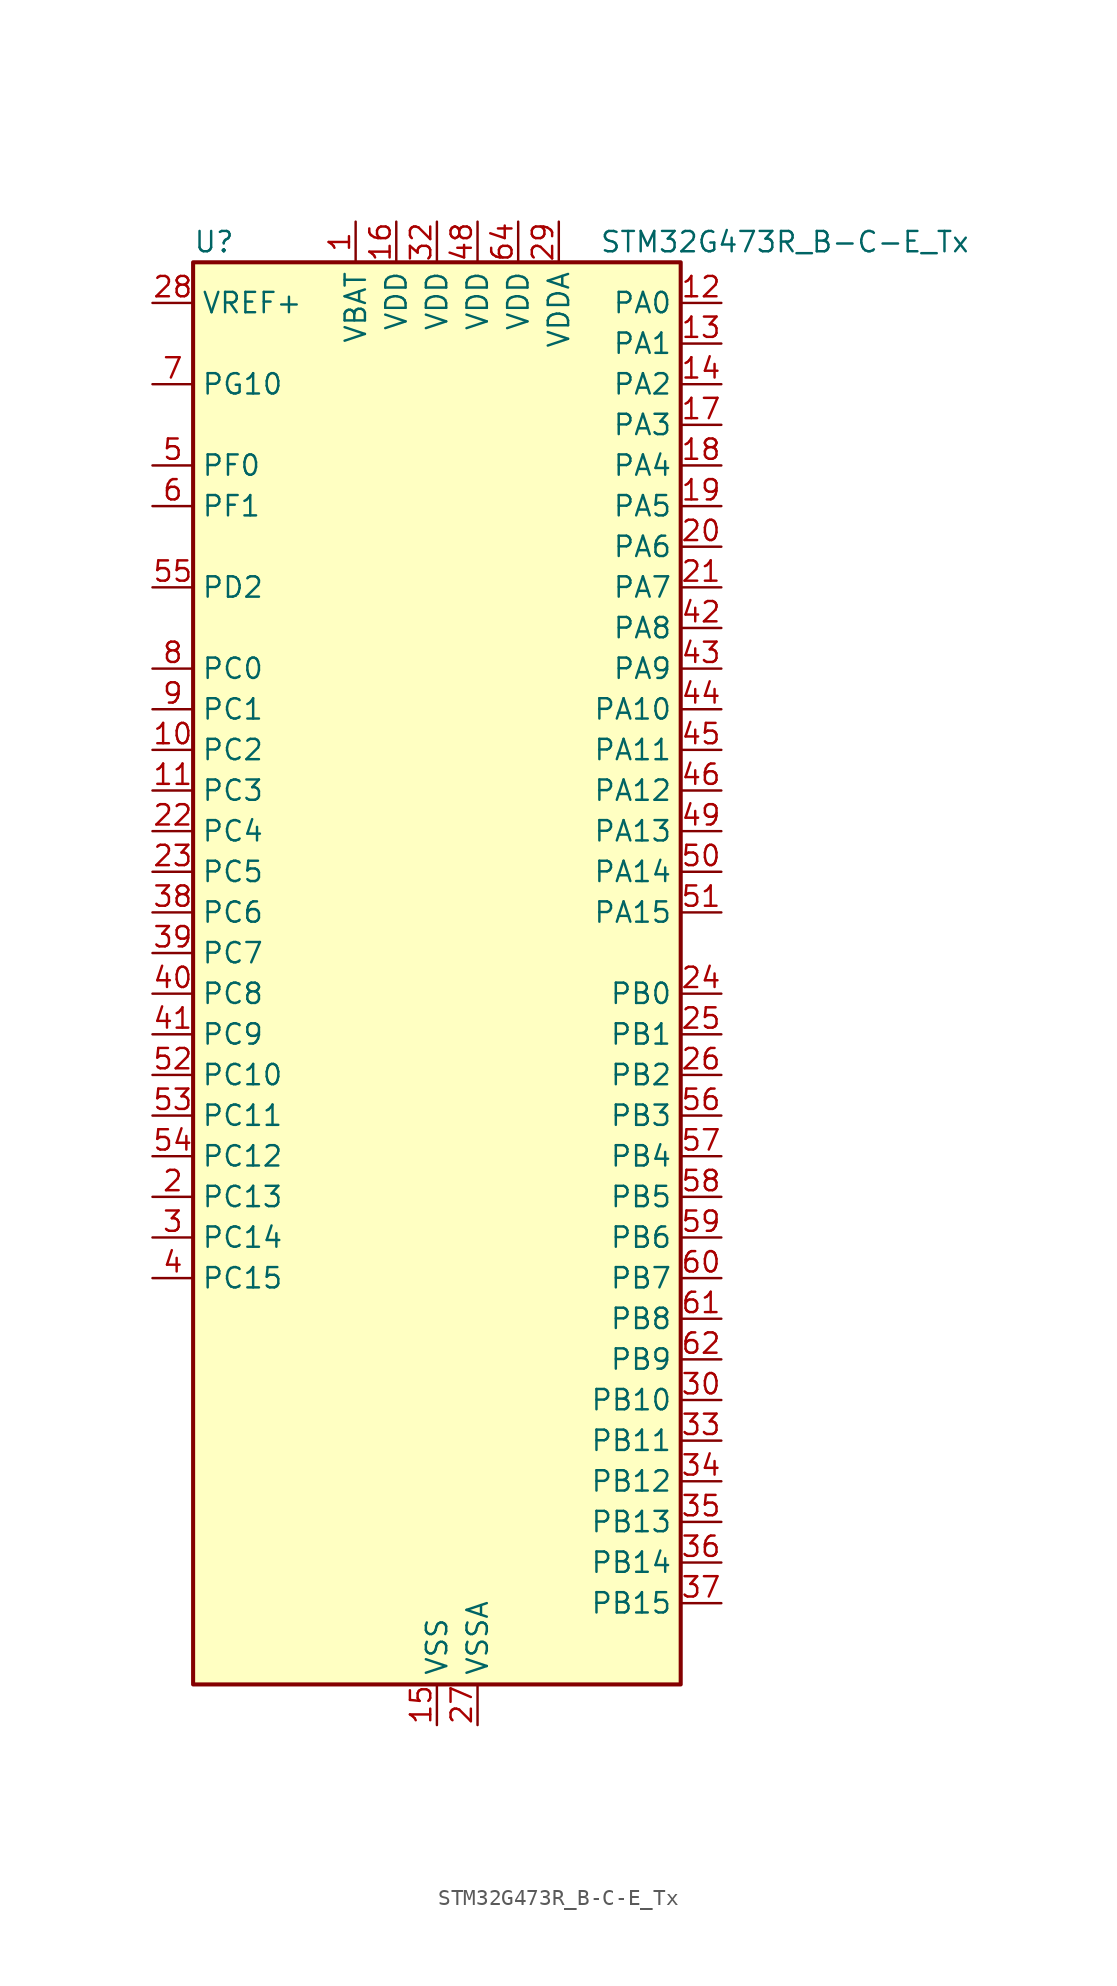
<source format=kicad_sym>
(kicad_symbol_lib
  (version 20220914)
  (generator kicad_symbol_editor)
  (symbol "STM32G473R_B-C-E_Tx"
    (property "Reference" "U"
      (at -15.24 46.99 0)
      (effects (font (size 1.27 1.27)) (justify left)))
    (property "Value" "STM32G473R_B-C-E_Tx"
      (at 10.16 46.99 0)
      (effects (font (size 1.27 1.27)) (justify left)))
    (property "ki_locked" ""
      (at 0 0 0)
      (effects (font (size 1.27 1.27))))
    (symbol "STM32G473R_B-C-E_Tx_0_1"
      (rectangle (start -15.24 -43.18) (end 15.24 45.72) (stroke (width 0.254) (type default)) (fill (type background))))
    (symbol "STM32G473R_B-C-E_Tx_1_1"
      (pin power_in line (at -5.08 48.26 270) (length 2.54) (name "VBAT" (effects (font (size 1.27 1.27)))) (number "1" (effects (font (size 1.27 1.27)))))
      (pin bidirectional line (at -17.78 15.24 0) (length 2.54) (name "PC2" (effects (font (size 1.27 1.27)))) (number "10" (effects (font (size 1.27 1.27)))) (alternate "ADC1_IN8" bidirectional line) (alternate "ADC2_IN8" bidirectional line) (alternate "ADC3_EXTI2" bidirectional line) (alternate "ADC4_EXTI2" bidirectional line) (alternate "ADC5_EXTI2" bidirectional line) (alternate "COMP3_OUT" bidirectional line) (alternate "LPTIM1_IN2" bidirectional line) (alternate "QUADSPI1_BK2_IO1" bidirectional line) (alternate "TIM1_CH3" bidirectional line) (alternate "TIM20_CH2" bidirectional line))
      (pin bidirectional line (at -17.78 12.7 0) (length 2.54) (name "PC3" (effects (font (size 1.27 1.27)))) (number "11" (effects (font (size 1.27 1.27)))) (alternate "ADC1_IN9" bidirectional line) (alternate "ADC2_IN9" bidirectional line) (alternate "ADC3_EXTI3" bidirectional line) (alternate "ADC4_EXTI3" bidirectional line) (alternate "ADC5_EXTI3" bidirectional line) (alternate "LPTIM1_ETR" bidirectional line) (alternate "OPAMP5_VINP" bidirectional line) (alternate "OPAMP5_VINP_SEC" bidirectional line) (alternate "QUADSPI1_BK2_IO2" bidirectional line) (alternate "SAI1_D1" bidirectional line) (alternate "SAI1_SD_A" bidirectional line) (alternate "TIM1_BKIN2" bidirectional line) (alternate "TIM1_CH4" bidirectional line))
      (pin bidirectional line (at 17.78 43.18 180) (length 2.54) (name "PA0" (effects (font (size 1.27 1.27)))) (number "12" (effects (font (size 1.27 1.27)))) (alternate "ADC1_IN1" bidirectional line) (alternate "ADC2_IN1" bidirectional line) (alternate "COMP1_INM" bidirectional line) (alternate "COMP1_OUT" bidirectional line) (alternate "COMP3_INP" bidirectional line) (alternate "RTC_TAMP2" bidirectional line) (alternate "SYS_WKUP1" bidirectional line) (alternate "TIM2_CH1" bidirectional line) (alternate "TIM2_ETR" bidirectional line) (alternate "TIM5_CH1" bidirectional line) (alternate "TIM8_BKIN" bidirectional line) (alternate "TIM8_ETR" bidirectional line) (alternate "USART2_CTS" bidirectional line) (alternate "USART2_NSS" bidirectional line))
      (pin bidirectional line (at 17.78 40.64 180) (length 2.54) (name "PA1" (effects (font (size 1.27 1.27)))) (number "13" (effects (font (size 1.27 1.27)))) (alternate "ADC1_IN2" bidirectional line) (alternate "ADC2_IN2" bidirectional line) (alternate "COMP1_INP" bidirectional line) (alternate "OPAMP1_VINP" bidirectional line) (alternate "OPAMP1_VINP_SEC" bidirectional line) (alternate "OPAMP3_VINP" bidirectional line) (alternate "OPAMP3_VINP_SEC" bidirectional line) (alternate "OPAMP6_VINM" bidirectional line) (alternate "OPAMP6_VINM0" bidirectional line) (alternate "OPAMP6_VINM_SEC" bidirectional line) (alternate "RTC_REFIN" bidirectional line) (alternate "TIM15_CH1N" bidirectional line) (alternate "TIM2_CH2" bidirectional line) (alternate "TIM5_CH2" bidirectional line) (alternate "USART2_DE" bidirectional line) (alternate "USART2_RTS" bidirectional line))
      (pin bidirectional line (at 17.78 38.1 180) (length 2.54) (name "PA2" (effects (font (size 1.27 1.27)))) (number "14" (effects (font (size 1.27 1.27)))) (alternate "ADC1_IN3" bidirectional line) (alternate "ADC3_EXTI2" bidirectional line) (alternate "ADC4_EXTI2" bidirectional line) (alternate "ADC5_EXTI2" bidirectional line) (alternate "COMP2_INM" bidirectional line) (alternate "COMP2_OUT" bidirectional line) (alternate "LPUART1_TX" bidirectional line) (alternate "OPAMP1_VOUT" bidirectional line) (alternate "QUADSPI1_BK1_NCS" bidirectional line) (alternate "RCC_LSCO" bidirectional line) (alternate "SYS_WKUP4" bidirectional line) (alternate "TIM15_CH1" bidirectional line) (alternate "TIM2_CH3" bidirectional line) (alternate "TIM5_CH3" bidirectional line) (alternate "UCPD1_FRSTX1" bidirectional line) (alternate "UCPD1_FRSTX2" bidirectional line) (alternate "USART2_TX" bidirectional line))
      (pin power_in line (at 0 -45.72 90) (length 2.54) (name "VSS" (effects (font (size 1.27 1.27)))) (number "15" (effects (font (size 1.27 1.27)))))
      (pin power_in line (at -2.54 48.26 270) (length 2.54) (name "VDD" (effects (font (size 1.27 1.27)))) (number "16" (effects (font (size 1.27 1.27)))))
      (pin bidirectional line (at 17.78 35.56 180) (length 2.54) (name "PA3" (effects (font (size 1.27 1.27)))) (number "17" (effects (font (size 1.27 1.27)))) (alternate "ADC1_IN4" bidirectional line) (alternate "ADC3_EXTI3" bidirectional line) (alternate "ADC4_EXTI3" bidirectional line) (alternate "ADC5_EXTI3" bidirectional line) (alternate "COMP2_INP" bidirectional line) (alternate "LPUART1_RX" bidirectional line) (alternate "OPAMP1_VINM" bidirectional line) (alternate "OPAMP1_VINM0" bidirectional line) (alternate "OPAMP1_VINM_SEC" bidirectional line) (alternate "OPAMP1_VINP" bidirectional line) (alternate "OPAMP1_VINP_SEC" bidirectional line) (alternate "OPAMP5_VINM" bidirectional line) (alternate "OPAMP5_VINM1" bidirectional line) (alternate "OPAMP5_VINM_SEC" bidirectional line) (alternate "QUADSPI1_CLK" bidirectional line) (alternate "SAI1_CK1" bidirectional line) (alternate "SAI1_MCLK_A" bidirectional line) (alternate "TIM15_CH2" bidirectional line) (alternate "TIM2_CH4" bidirectional line) (alternate "TIM5_CH4" bidirectional line) (alternate "USART2_RX" bidirectional line))
      (pin bidirectional line (at 17.78 33.02 180) (length 2.54) (name "PA4" (effects (font (size 1.27 1.27)))) (number "18" (effects (font (size 1.27 1.27)))) (alternate "ADC2_IN17" bidirectional line) (alternate "COMP1_INM" bidirectional line) (alternate "DAC1_OUT1" bidirectional line) (alternate "I2S3_WS" bidirectional line) (alternate "SAI1_FS_B" bidirectional line) (alternate "SPI1_NSS" bidirectional line) (alternate "SPI3_NSS" bidirectional line) (alternate "TIM3_CH2" bidirectional line) (alternate "USART2_CK" bidirectional line))
      (pin bidirectional line (at 17.78 30.48 180) (length 2.54) (name "PA5" (effects (font (size 1.27 1.27)))) (number "19" (effects (font (size 1.27 1.27)))) (alternate "ADC2_IN13" bidirectional line) (alternate "COMP2_INM" bidirectional line) (alternate "DAC1_OUT2" bidirectional line) (alternate "OPAMP2_VINM" bidirectional line) (alternate "OPAMP2_VINM0" bidirectional line) (alternate "OPAMP2_VINM_SEC" bidirectional line) (alternate "SPI1_SCK" bidirectional line) (alternate "TIM2_CH1" bidirectional line) (alternate "TIM2_ETR" bidirectional line) (alternate "UCPD1_FRSTX1" bidirectional line) (alternate "UCPD1_FRSTX2" bidirectional line))
      (pin bidirectional line (at -17.78 -12.7 0) (length 2.54) (name "PC13" (effects (font (size 1.27 1.27)))) (number "2" (effects (font (size 1.27 1.27)))) (alternate "RTC_OUT1" bidirectional line) (alternate "RTC_TAMP1" bidirectional line) (alternate "RTC_TS" bidirectional line) (alternate "SYS_WKUP2" bidirectional line) (alternate "TIM1_BKIN" bidirectional line) (alternate "TIM1_CH1N" bidirectional line) (alternate "TIM8_CH4N" bidirectional line))
      (pin bidirectional line (at 17.78 27.94 180) (length 2.54) (name "PA6" (effects (font (size 1.27 1.27)))) (number "20" (effects (font (size 1.27 1.27)))) (alternate "ADC2_IN3" bidirectional line) (alternate "COMP1_OUT" bidirectional line) (alternate "DAC2_OUT1" bidirectional line) (alternate "LPUART1_CTS" bidirectional line) (alternate "OPAMP2_VOUT" bidirectional line) (alternate "QUADSPI1_BK1_IO3" bidirectional line) (alternate "SPI1_MISO" bidirectional line) (alternate "TIM16_CH1" bidirectional line) (alternate "TIM1_BKIN" bidirectional line) (alternate "TIM3_CH1" bidirectional line) (alternate "TIM8_BKIN" bidirectional line))
      (pin bidirectional line (at 17.78 25.4 180) (length 2.54) (name "PA7" (effects (font (size 1.27 1.27)))) (number "21" (effects (font (size 1.27 1.27)))) (alternate "ADC2_IN4" bidirectional line) (alternate "COMP2_INP" bidirectional line) (alternate "COMP2_OUT" bidirectional line) (alternate "OPAMP1_VINP" bidirectional line) (alternate "OPAMP1_VINP_SEC" bidirectional line) (alternate "OPAMP2_VINP" bidirectional line) (alternate "OPAMP2_VINP_SEC" bidirectional line) (alternate "QUADSPI1_BK1_IO2" bidirectional line) (alternate "SPI1_MOSI" bidirectional line) (alternate "TIM17_CH1" bidirectional line) (alternate "TIM1_CH1N" bidirectional line) (alternate "TIM3_CH2" bidirectional line) (alternate "TIM8_CH1N" bidirectional line) (alternate "UCPD1_FRSTX1" bidirectional line) (alternate "UCPD1_FRSTX2" bidirectional line))
      (pin bidirectional line (at -17.78 10.16 0) (length 2.54) (name "PC4" (effects (font (size 1.27 1.27)))) (number "22" (effects (font (size 1.27 1.27)))) (alternate "ADC2_IN5" bidirectional line) (alternate "I2C2_SCL" bidirectional line) (alternate "QUADSPI1_BK2_IO3" bidirectional line) (alternate "TIM1_ETR" bidirectional line) (alternate "USART1_TX" bidirectional line))
      (pin bidirectional line (at -17.78 7.62 0) (length 2.54) (name "PC5" (effects (font (size 1.27 1.27)))) (number "23" (effects (font (size 1.27 1.27)))) (alternate "ADC2_IN11" bidirectional line) (alternate "OPAMP1_VINM" bidirectional line) (alternate "OPAMP1_VINM1" bidirectional line) (alternate "OPAMP1_VINM_SEC" bidirectional line) (alternate "OPAMP2_VINM" bidirectional line) (alternate "OPAMP2_VINM1" bidirectional line) (alternate "OPAMP2_VINM_SEC" bidirectional line) (alternate "SAI1_D3" bidirectional line) (alternate "SYS_WKUP5" bidirectional line) (alternate "TIM15_BKIN" bidirectional line) (alternate "TIM1_CH4N" bidirectional line) (alternate "USART1_RX" bidirectional line))
      (pin bidirectional line (at 17.78 0 180) (length 2.54) (name "PB0" (effects (font (size 1.27 1.27)))) (number "24" (effects (font (size 1.27 1.27)))) (alternate "ADC1_IN15" bidirectional line) (alternate "ADC3_IN12" bidirectional line) (alternate "COMP4_INP" bidirectional line) (alternate "OPAMP2_VINP" bidirectional line) (alternate "OPAMP2_VINP_SEC" bidirectional line) (alternate "OPAMP3_VINP" bidirectional line) (alternate "OPAMP3_VINP_SEC" bidirectional line) (alternate "QUADSPI1_BK1_IO1" bidirectional line) (alternate "TIM1_CH2N" bidirectional line) (alternate "TIM3_CH3" bidirectional line) (alternate "TIM8_CH2N" bidirectional line) (alternate "UCPD1_FRSTX1" bidirectional line) (alternate "UCPD1_FRSTX2" bidirectional line))
      (pin bidirectional line (at 17.78 -2.54 180) (length 2.54) (name "PB1" (effects (font (size 1.27 1.27)))) (number "25" (effects (font (size 1.27 1.27)))) (alternate "ADC1_IN12" bidirectional line) (alternate "ADC3_IN1" bidirectional line) (alternate "COMP1_INP" bidirectional line) (alternate "COMP4_OUT" bidirectional line) (alternate "LPUART1_DE" bidirectional line) (alternate "LPUART1_RTS" bidirectional line) (alternate "OPAMP3_VOUT" bidirectional line) (alternate "OPAMP6_VINM" bidirectional line) (alternate "OPAMP6_VINM1" bidirectional line) (alternate "OPAMP6_VINM_SEC" bidirectional line) (alternate "QUADSPI1_BK1_IO0" bidirectional line) (alternate "TIM1_CH3N" bidirectional line) (alternate "TIM3_CH4" bidirectional line) (alternate "TIM8_CH3N" bidirectional line))
      (pin bidirectional line (at 17.78 -5.08 180) (length 2.54) (name "PB2" (effects (font (size 1.27 1.27)))) (number "26" (effects (font (size 1.27 1.27)))) (alternate "ADC2_IN12" bidirectional line) (alternate "ADC3_EXTI2" bidirectional line) (alternate "ADC4_EXTI2" bidirectional line) (alternate "ADC5_EXTI2" bidirectional line) (alternate "COMP4_INM" bidirectional line) (alternate "I2C3_SMBA" bidirectional line) (alternate "LPTIM1_OUT" bidirectional line) (alternate "OPAMP3_VINM" bidirectional line) (alternate "OPAMP3_VINM0" bidirectional line) (alternate "OPAMP3_VINM_SEC" bidirectional line) (alternate "QUADSPI1_BK2_IO1" bidirectional line) (alternate "RTC_OUT2" bidirectional line) (alternate "TIM20_CH1" bidirectional line) (alternate "TIM5_CH1" bidirectional line))
      (pin power_in line (at 2.54 -45.72 90) (length 2.54) (name "VSSA" (effects (font (size 1.27 1.27)))) (number "27" (effects (font (size 1.27 1.27)))))
      (pin input line (at -17.78 43.18 0) (length 2.54) (name "VREF+" (effects (font (size 1.27 1.27)))) (number "28" (effects (font (size 1.27 1.27)))) (alternate "VREFBUF_OUT" bidirectional line))
      (pin power_in line (at 7.62 48.26 270) (length 2.54) (name "VDDA" (effects (font (size 1.27 1.27)))) (number "29" (effects (font (size 1.27 1.27)))))
      (pin bidirectional line (at -17.78 -15.24 0) (length 2.54) (name "PC14" (effects (font (size 1.27 1.27)))) (number "3" (effects (font (size 1.27 1.27)))) (alternate "RCC_OSC32_IN" bidirectional line))
      (pin bidirectional line (at 17.78 -25.4 180) (length 2.54) (name "PB10" (effects (font (size 1.27 1.27)))) (number "30" (effects (font (size 1.27 1.27)))) (alternate "COMP5_INM" bidirectional line) (alternate "DAC1_EXTI10" bidirectional line) (alternate "DAC2_EXTI10" bidirectional line) (alternate "DAC3_EXTI10" bidirectional line) (alternate "DAC4_EXTI10" bidirectional line) (alternate "LPUART1_RX" bidirectional line) (alternate "OPAMP3_VINM" bidirectional line) (alternate "OPAMP3_VINM1" bidirectional line) (alternate "OPAMP3_VINM_SEC" bidirectional line) (alternate "OPAMP4_VINM" bidirectional line) (alternate "OPAMP4_VINM0" bidirectional line) (alternate "OPAMP4_VINM_SEC" bidirectional line) (alternate "QUADSPI1_CLK" bidirectional line) (alternate "SAI1_SCK_A" bidirectional line) (alternate "TIM1_BKIN" bidirectional line) (alternate "TIM2_CH3" bidirectional line) (alternate "USART3_TX" bidirectional line))
      (pin passive line (at 0 -45.72 90) (length 2.54) hide (name "VSS" (effects (font (size 1.27 1.27)))) (number "31" (effects (font (size 1.27 1.27)))))
      (pin power_in line (at 0 48.26 270) (length 2.54) (name "VDD" (effects (font (size 1.27 1.27)))) (number "32" (effects (font (size 1.27 1.27)))))
      (pin bidirectional line (at 17.78 -27.94 180) (length 2.54) (name "PB11" (effects (font (size 1.27 1.27)))) (number "33" (effects (font (size 1.27 1.27)))) (alternate "ADC1_EXTI11" bidirectional line) (alternate "ADC1_IN14" bidirectional line) (alternate "ADC2_EXTI11" bidirectional line) (alternate "ADC2_IN14" bidirectional line) (alternate "COMP6_INP" bidirectional line) (alternate "LPUART1_TX" bidirectional line) (alternate "OPAMP4_VINP" bidirectional line) (alternate "OPAMP4_VINP_SEC" bidirectional line) (alternate "OPAMP6_VOUT" bidirectional line) (alternate "QUADSPI1_BK1_NCS" bidirectional line) (alternate "TIM2_CH4" bidirectional line) (alternate "USART3_RX" bidirectional line))
      (pin bidirectional line (at 17.78 -30.48 180) (length 2.54) (name "PB12" (effects (font (size 1.27 1.27)))) (number "34" (effects (font (size 1.27 1.27)))) (alternate "ADC1_IN11" bidirectional line) (alternate "ADC4_IN3" bidirectional line) (alternate "COMP7_INM" bidirectional line) (alternate "FDCAN2_RX" bidirectional line) (alternate "I2C2_SMBA" bidirectional line) (alternate "I2S2_WS" bidirectional line) (alternate "LPUART1_DE" bidirectional line) (alternate "LPUART1_RTS" bidirectional line) (alternate "OPAMP4_VOUT" bidirectional line) (alternate "OPAMP6_VINP" bidirectional line) (alternate "OPAMP6_VINP_SEC" bidirectional line) (alternate "SPI2_NSS" bidirectional line) (alternate "TIM1_BKIN" bidirectional line) (alternate "TIM5_ETR" bidirectional line) (alternate "USART3_CK" bidirectional line))
      (pin bidirectional line (at 17.78 -33.02 180) (length 2.54) (name "PB13" (effects (font (size 1.27 1.27)))) (number "35" (effects (font (size 1.27 1.27)))) (alternate "ADC3_IN5" bidirectional line) (alternate "COMP5_INP" bidirectional line) (alternate "FDCAN2_TX" bidirectional line) (alternate "I2S2_CK" bidirectional line) (alternate "LPUART1_CTS" bidirectional line) (alternate "OPAMP3_VINP" bidirectional line) (alternate "OPAMP3_VINP_SEC" bidirectional line) (alternate "OPAMP4_VINP" bidirectional line) (alternate "OPAMP4_VINP_SEC" bidirectional line) (alternate "OPAMP6_VINP" bidirectional line) (alternate "OPAMP6_VINP_SEC" bidirectional line) (alternate "SPI2_SCK" bidirectional line) (alternate "TIM1_CH1N" bidirectional line) (alternate "USART3_CTS" bidirectional line) (alternate "USART3_NSS" bidirectional line))
      (pin bidirectional line (at 17.78 -35.56 180) (length 2.54) (name "PB14" (effects (font (size 1.27 1.27)))) (number "36" (effects (font (size 1.27 1.27)))) (alternate "ADC1_IN5" bidirectional line) (alternate "ADC4_IN4" bidirectional line) (alternate "COMP4_OUT" bidirectional line) (alternate "COMP7_INP" bidirectional line) (alternate "OPAMP2_VINP" bidirectional line) (alternate "OPAMP2_VINP_SEC" bidirectional line) (alternate "OPAMP5_VINP" bidirectional line) (alternate "OPAMP5_VINP_SEC" bidirectional line) (alternate "SPI2_MISO" bidirectional line) (alternate "TIM15_CH1" bidirectional line) (alternate "TIM1_CH2N" bidirectional line) (alternate "USART3_DE" bidirectional line) (alternate "USART3_RTS" bidirectional line))
      (pin bidirectional line (at 17.78 -38.1 180) (length 2.54) (name "PB15" (effects (font (size 1.27 1.27)))) (number "37" (effects (font (size 1.27 1.27)))) (alternate "ADC1_EXTI15" bidirectional line) (alternate "ADC2_EXTI15" bidirectional line) (alternate "ADC2_IN15" bidirectional line) (alternate "ADC4_IN5" bidirectional line) (alternate "COMP3_OUT" bidirectional line) (alternate "COMP6_INM" bidirectional line) (alternate "I2S2_SD" bidirectional line) (alternate "OPAMP5_VINM" bidirectional line) (alternate "OPAMP5_VINM0" bidirectional line) (alternate "OPAMP5_VINM_SEC" bidirectional line) (alternate "RTC_REFIN" bidirectional line) (alternate "SPI2_MOSI" bidirectional line) (alternate "TIM15_CH1N" bidirectional line) (alternate "TIM15_CH2" bidirectional line) (alternate "TIM1_CH3N" bidirectional line))
      (pin bidirectional line (at -17.78 5.08 0) (length 2.54) (name "PC6" (effects (font (size 1.27 1.27)))) (number "38" (effects (font (size 1.27 1.27)))) (alternate "COMP6_OUT" bidirectional line) (alternate "I2C4_SCL" bidirectional line) (alternate "I2S2_MCK" bidirectional line) (alternate "TIM3_CH1" bidirectional line) (alternate "TIM8_CH1" bidirectional line))
      (pin bidirectional line (at -17.78 2.54 0) (length 2.54) (name "PC7" (effects (font (size 1.27 1.27)))) (number "39" (effects (font (size 1.27 1.27)))) (alternate "COMP5_OUT" bidirectional line) (alternate "I2C4_SDA" bidirectional line) (alternate "I2S3_MCK" bidirectional line) (alternate "TIM3_CH2" bidirectional line) (alternate "TIM8_CH2" bidirectional line))
      (pin bidirectional line (at -17.78 -17.78 0) (length 2.54) (name "PC15" (effects (font (size 1.27 1.27)))) (number "4" (effects (font (size 1.27 1.27)))) (alternate "ADC1_EXTI15" bidirectional line) (alternate "ADC2_EXTI15" bidirectional line) (alternate "RCC_OSC32_OUT" bidirectional line))
      (pin bidirectional line (at -17.78 0 0) (length 2.54) (name "PC8" (effects (font (size 1.27 1.27)))) (number "40" (effects (font (size 1.27 1.27)))) (alternate "COMP7_OUT" bidirectional line) (alternate "I2C3_SCL" bidirectional line) (alternate "TIM20_CH3" bidirectional line) (alternate "TIM3_CH3" bidirectional line) (alternate "TIM8_CH3" bidirectional line))
      (pin bidirectional line (at -17.78 -2.54 0) (length 2.54) (name "PC9" (effects (font (size 1.27 1.27)))) (number "41" (effects (font (size 1.27 1.27)))) (alternate "DAC1_EXTI9" bidirectional line) (alternate "DAC2_EXTI9" bidirectional line) (alternate "DAC3_EXTI9" bidirectional line) (alternate "DAC4_EXTI9" bidirectional line) (alternate "I2C3_SDA" bidirectional line) (alternate "I2S_CKIN" bidirectional line) (alternate "TIM3_CH4" bidirectional line) (alternate "TIM8_BKIN2" bidirectional line) (alternate "TIM8_CH4" bidirectional line))
      (pin bidirectional line (at 17.78 22.86 180) (length 2.54) (name "PA8" (effects (font (size 1.27 1.27)))) (number "42" (effects (font (size 1.27 1.27)))) (alternate "ADC5_IN1" bidirectional line) (alternate "COMP7_OUT" bidirectional line) (alternate "FDCAN3_RX" bidirectional line) (alternate "I2C2_SDA" bidirectional line) (alternate "I2C3_SCL" bidirectional line) (alternate "I2S2_MCK" bidirectional line) (alternate "OPAMP5_VOUT" bidirectional line) (alternate "RCC_MCO" bidirectional line) (alternate "SAI1_CK2" bidirectional line) (alternate "SAI1_SCK_A" bidirectional line) (alternate "TIM1_CH1" bidirectional line) (alternate "TIM4_ETR" bidirectional line) (alternate "USART1_CK" bidirectional line))
      (pin bidirectional line (at 17.78 20.32 180) (length 2.54) (name "PA9" (effects (font (size 1.27 1.27)))) (number "43" (effects (font (size 1.27 1.27)))) (alternate "ADC5_IN2" bidirectional line) (alternate "COMP5_OUT" bidirectional line) (alternate "DAC1_EXTI9" bidirectional line) (alternate "DAC2_EXTI9" bidirectional line) (alternate "DAC3_EXTI9" bidirectional line) (alternate "DAC4_EXTI9" bidirectional line) (alternate "I2C2_SCL" bidirectional line) (alternate "I2C3_SMBA" bidirectional line) (alternate "I2S3_MCK" bidirectional line) (alternate "SAI1_FS_A" bidirectional line) (alternate "TIM15_BKIN" bidirectional line) (alternate "TIM1_CH2" bidirectional line) (alternate "TIM2_CH3" bidirectional line) (alternate "UCPD1_DBCC1" bidirectional line) (alternate "USART1_TX" bidirectional line))
      (pin bidirectional line (at 17.78 17.78 180) (length 2.54) (name "PA10" (effects (font (size 1.27 1.27)))) (number "44" (effects (font (size 1.27 1.27)))) (alternate "COMP6_OUT" bidirectional line) (alternate "CRS_SYNC" bidirectional line) (alternate "DAC1_EXTI10" bidirectional line) (alternate "DAC2_EXTI10" bidirectional line) (alternate "DAC3_EXTI10" bidirectional line) (alternate "DAC4_EXTI10" bidirectional line) (alternate "I2C2_SMBA" bidirectional line) (alternate "SAI1_D1" bidirectional line) (alternate "SAI1_SD_A" bidirectional line) (alternate "SPI2_MISO" bidirectional line) (alternate "TIM17_BKIN" bidirectional line) (alternate "TIM1_CH3" bidirectional line) (alternate "TIM2_CH4" bidirectional line) (alternate "TIM8_BKIN" bidirectional line) (alternate "UCPD1_DBCC2" bidirectional line) (alternate "USART1_RX" bidirectional line))
      (pin bidirectional line (at 17.78 15.24 180) (length 2.54) (name "PA11" (effects (font (size 1.27 1.27)))) (number "45" (effects (font (size 1.27 1.27)))) (alternate "ADC1_EXTI11" bidirectional line) (alternate "ADC2_EXTI11" bidirectional line) (alternate "COMP1_OUT" bidirectional line) (alternate "FDCAN1_RX" bidirectional line) (alternate "I2S2_SD" bidirectional line) (alternate "SPI2_MOSI" bidirectional line) (alternate "TIM1_BKIN2" bidirectional line) (alternate "TIM1_CH1N" bidirectional line) (alternate "TIM1_CH4" bidirectional line) (alternate "TIM4_CH1" bidirectional line) (alternate "USART1_CTS" bidirectional line) (alternate "USART1_NSS" bidirectional line) (alternate "USB_DM" bidirectional line))
      (pin bidirectional line (at 17.78 12.7 180) (length 2.54) (name "PA12" (effects (font (size 1.27 1.27)))) (number "46" (effects (font (size 1.27 1.27)))) (alternate "COMP2_OUT" bidirectional line) (alternate "FDCAN1_TX" bidirectional line) (alternate "I2S_CKIN" bidirectional line) (alternate "TIM16_CH1" bidirectional line) (alternate "TIM1_CH2N" bidirectional line) (alternate "TIM1_ETR" bidirectional line) (alternate "TIM4_CH2" bidirectional line) (alternate "USART1_DE" bidirectional line) (alternate "USART1_RTS" bidirectional line) (alternate "USB_DP" bidirectional line))
      (pin passive line (at 0 -45.72 90) (length 2.54) hide (name "VSS" (effects (font (size 1.27 1.27)))) (number "47" (effects (font (size 1.27 1.27)))))
      (pin power_in line (at 2.54 48.26 270) (length 2.54) (name "VDD" (effects (font (size 1.27 1.27)))) (number "48" (effects (font (size 1.27 1.27)))))
      (pin bidirectional line (at 17.78 10.16 180) (length 2.54) (name "PA13" (effects (font (size 1.27 1.27)))) (number "49" (effects (font (size 1.27 1.27)))) (alternate "I2C1_SCL" bidirectional line) (alternate "I2C4_SCL" bidirectional line) (alternate "IR_OUT" bidirectional line) (alternate "SAI1_SD_B" bidirectional line) (alternate "SYS_JTMS-SWDIO" bidirectional line) (alternate "TIM16_CH1N" bidirectional line) (alternate "TIM4_CH3" bidirectional line) (alternate "USART3_CTS" bidirectional line) (alternate "USART3_NSS" bidirectional line))
      (pin bidirectional line (at -17.78 33.02 0) (length 2.54) (name "PF0" (effects (font (size 1.27 1.27)))) (number "5" (effects (font (size 1.27 1.27)))) (alternate "ADC1_IN10" bidirectional line) (alternate "I2C2_SDA" bidirectional line) (alternate "I2S2_WS" bidirectional line) (alternate "RCC_OSC_IN" bidirectional line) (alternate "SPI2_NSS" bidirectional line) (alternate "TIM1_CH3N" bidirectional line))
      (pin bidirectional line (at 17.78 7.62 180) (length 2.54) (name "PA14" (effects (font (size 1.27 1.27)))) (number "50" (effects (font (size 1.27 1.27)))) (alternate "I2C1_SDA" bidirectional line) (alternate "I2C4_SMBA" bidirectional line) (alternate "LPTIM1_OUT" bidirectional line) (alternate "SAI1_FS_B" bidirectional line) (alternate "SYS_JTCK-SWCLK" bidirectional line) (alternate "TIM1_BKIN" bidirectional line) (alternate "TIM8_CH2" bidirectional line) (alternate "USART2_TX" bidirectional line))
      (pin bidirectional line (at 17.78 5.08 180) (length 2.54) (name "PA15" (effects (font (size 1.27 1.27)))) (number "51" (effects (font (size 1.27 1.27)))) (alternate "ADC1_EXTI15" bidirectional line) (alternate "ADC2_EXTI15" bidirectional line) (alternate "FDCAN3_TX" bidirectional line) (alternate "I2C1_SCL" bidirectional line) (alternate "I2S3_WS" bidirectional line) (alternate "SPI1_NSS" bidirectional line) (alternate "SPI3_NSS" bidirectional line) (alternate "SYS_JTDI" bidirectional line) (alternate "TIM1_BKIN" bidirectional line) (alternate "TIM2_CH1" bidirectional line) (alternate "TIM2_ETR" bidirectional line) (alternate "TIM8_CH1" bidirectional line) (alternate "UART4_DE" bidirectional line) (alternate "UART4_RTS" bidirectional line) (alternate "USART2_RX" bidirectional line))
      (pin bidirectional line (at -17.78 -5.08 0) (length 2.54) (name "PC10" (effects (font (size 1.27 1.27)))) (number "52" (effects (font (size 1.27 1.27)))) (alternate "DAC1_EXTI10" bidirectional line) (alternate "DAC2_EXTI10" bidirectional line) (alternate "DAC3_EXTI10" bidirectional line) (alternate "DAC4_EXTI10" bidirectional line) (alternate "I2S3_CK" bidirectional line) (alternate "SPI3_SCK" bidirectional line) (alternate "TIM8_CH1N" bidirectional line) (alternate "UART4_TX" bidirectional line) (alternate "USART3_TX" bidirectional line))
      (pin bidirectional line (at -17.78 -7.62 0) (length 2.54) (name "PC11" (effects (font (size 1.27 1.27)))) (number "53" (effects (font (size 1.27 1.27)))) (alternate "ADC1_EXTI11" bidirectional line) (alternate "ADC2_EXTI11" bidirectional line) (alternate "I2C3_SDA" bidirectional line) (alternate "SPI3_MISO" bidirectional line) (alternate "TIM8_CH2N" bidirectional line) (alternate "UART4_RX" bidirectional line) (alternate "USART3_RX" bidirectional line))
      (pin bidirectional line (at -17.78 -10.16 0) (length 2.54) (name "PC12" (effects (font (size 1.27 1.27)))) (number "54" (effects (font (size 1.27 1.27)))) (alternate "I2S3_SD" bidirectional line) (alternate "SPI3_MOSI" bidirectional line) (alternate "TIM5_CH2" bidirectional line) (alternate "TIM8_CH3N" bidirectional line) (alternate "UART5_TX" bidirectional line) (alternate "UCPD1_FRSTX1" bidirectional line) (alternate "UCPD1_FRSTX2" bidirectional line) (alternate "USART3_CK" bidirectional line))
      (pin bidirectional line (at -17.78 25.4 0) (length 2.54) (name "PD2" (effects (font (size 1.27 1.27)))) (number "55" (effects (font (size 1.27 1.27)))) (alternate "ADC3_EXTI2" bidirectional line) (alternate "ADC4_EXTI2" bidirectional line) (alternate "ADC5_EXTI2" bidirectional line) (alternate "TIM3_ETR" bidirectional line) (alternate "TIM8_BKIN" bidirectional line) (alternate "UART5_RX" bidirectional line))
      (pin bidirectional line (at 17.78 -7.62 180) (length 2.54) (name "PB3" (effects (font (size 1.27 1.27)))) (number "56" (effects (font (size 1.27 1.27)))) (alternate "ADC3_EXTI3" bidirectional line) (alternate "ADC4_EXTI3" bidirectional line) (alternate "ADC5_EXTI3" bidirectional line) (alternate "CRS_SYNC" bidirectional line) (alternate "FDCAN3_RX" bidirectional line) (alternate "I2S3_CK" bidirectional line) (alternate "SAI1_SCK_B" bidirectional line) (alternate "SPI1_SCK" bidirectional line) (alternate "SPI3_SCK" bidirectional line) (alternate "SYS_JTDO-SWO" bidirectional line) (alternate "TIM2_CH2" bidirectional line) (alternate "TIM3_ETR" bidirectional line) (alternate "TIM4_ETR" bidirectional line) (alternate "TIM8_CH1N" bidirectional line) (alternate "USART2_TX" bidirectional line))
      (pin bidirectional line (at 17.78 -10.16 180) (length 2.54) (name "PB4" (effects (font (size 1.27 1.27)))) (number "57" (effects (font (size 1.27 1.27)))) (alternate "FDCAN3_TX" bidirectional line) (alternate "SAI1_MCLK_B" bidirectional line) (alternate "SPI1_MISO" bidirectional line) (alternate "SPI3_MISO" bidirectional line) (alternate "SYS_JTRST" bidirectional line) (alternate "TIM16_CH1" bidirectional line) (alternate "TIM17_BKIN" bidirectional line) (alternate "TIM3_CH1" bidirectional line) (alternate "TIM8_CH2N" bidirectional line) (alternate "UART5_DE" bidirectional line) (alternate "UART5_RTS" bidirectional line) (alternate "UCPD1_CC2" bidirectional line) (alternate "USART2_RX" bidirectional line))
      (pin bidirectional line (at 17.78 -12.7 180) (length 2.54) (name "PB5" (effects (font (size 1.27 1.27)))) (number "58" (effects (font (size 1.27 1.27)))) (alternate "FDCAN2_RX" bidirectional line) (alternate "I2C1_SMBA" bidirectional line) (alternate "I2C3_SDA" bidirectional line) (alternate "I2S3_SD" bidirectional line) (alternate "LPTIM1_IN1" bidirectional line) (alternate "SAI1_SD_B" bidirectional line) (alternate "SPI1_MOSI" bidirectional line) (alternate "SPI3_MOSI" bidirectional line) (alternate "TIM16_BKIN" bidirectional line) (alternate "TIM17_CH1" bidirectional line) (alternate "TIM3_CH2" bidirectional line) (alternate "TIM8_CH3N" bidirectional line) (alternate "UART5_CTS" bidirectional line) (alternate "USART2_CK" bidirectional line))
      (pin bidirectional line (at 17.78 -15.24 180) (length 2.54) (name "PB6" (effects (font (size 1.27 1.27)))) (number "59" (effects (font (size 1.27 1.27)))) (alternate "COMP4_OUT" bidirectional line) (alternate "FDCAN2_TX" bidirectional line) (alternate "LPTIM1_ETR" bidirectional line) (alternate "SAI1_FS_B" bidirectional line) (alternate "TIM16_CH1N" bidirectional line) (alternate "TIM4_CH1" bidirectional line) (alternate "TIM8_BKIN2" bidirectional line) (alternate "TIM8_CH1" bidirectional line) (alternate "TIM8_ETR" bidirectional line) (alternate "UCPD1_CC1" bidirectional line) (alternate "USART1_TX" bidirectional line))
      (pin bidirectional line (at -17.78 30.48 0) (length 2.54) (name "PF1" (effects (font (size 1.27 1.27)))) (number "6" (effects (font (size 1.27 1.27)))) (alternate "ADC2_IN10" bidirectional line) (alternate "COMP3_INM" bidirectional line) (alternate "I2S2_CK" bidirectional line) (alternate "RCC_OSC_OUT" bidirectional line) (alternate "SPI2_SCK" bidirectional line))
      (pin bidirectional line (at 17.78 -17.78 180) (length 2.54) (name "PB7" (effects (font (size 1.27 1.27)))) (number "60" (effects (font (size 1.27 1.27)))) (alternate "COMP3_OUT" bidirectional line) (alternate "I2C1_SDA" bidirectional line) (alternate "I2C4_SDA" bidirectional line) (alternate "LPTIM1_IN2" bidirectional line) (alternate "SYS_PVD_IN" bidirectional line) (alternate "TIM17_CH1N" bidirectional line) (alternate "TIM3_CH4" bidirectional line) (alternate "TIM4_CH2" bidirectional line) (alternate "TIM8_BKIN" bidirectional line) (alternate "UART4_CTS" bidirectional line) (alternate "USART1_RX" bidirectional line))
      (pin bidirectional line (at 17.78 -20.32 180) (length 2.54) (name "PB8" (effects (font (size 1.27 1.27)))) (number "61" (effects (font (size 1.27 1.27)))) (alternate "COMP1_OUT" bidirectional line) (alternate "FDCAN1_RX" bidirectional line) (alternate "I2C1_SCL" bidirectional line) (alternate "SAI1_CK1" bidirectional line) (alternate "SAI1_MCLK_A" bidirectional line) (alternate "TIM16_CH1" bidirectional line) (alternate "TIM1_BKIN" bidirectional line) (alternate "TIM4_CH3" bidirectional line) (alternate "TIM8_CH2" bidirectional line) (alternate "USART3_RX" bidirectional line))
      (pin bidirectional line (at 17.78 -22.86 180) (length 2.54) (name "PB9" (effects (font (size 1.27 1.27)))) (number "62" (effects (font (size 1.27 1.27)))) (alternate "COMP2_OUT" bidirectional line) (alternate "DAC1_EXTI9" bidirectional line) (alternate "DAC2_EXTI9" bidirectional line) (alternate "DAC3_EXTI9" bidirectional line) (alternate "DAC4_EXTI9" bidirectional line) (alternate "FDCAN1_TX" bidirectional line) (alternate "I2C1_SDA" bidirectional line) (alternate "IR_OUT" bidirectional line) (alternate "SAI1_D2" bidirectional line) (alternate "SAI1_FS_A" bidirectional line) (alternate "TIM17_CH1" bidirectional line) (alternate "TIM1_CH3N" bidirectional line) (alternate "TIM4_CH4" bidirectional line) (alternate "TIM8_CH3" bidirectional line) (alternate "USART3_TX" bidirectional line))
      (pin passive line (at 0 -45.72 90) (length 2.54) hide (name "VSS" (effects (font (size 1.27 1.27)))) (number "63" (effects (font (size 1.27 1.27)))))
      (pin power_in line (at 5.08 48.26 270) (length 2.54) (name "VDD" (effects (font (size 1.27 1.27)))) (number "64" (effects (font (size 1.27 1.27)))))
      (pin bidirectional line (at -17.78 38.1 0) (length 2.54) (name "PG10" (effects (font (size 1.27 1.27)))) (number "7" (effects (font (size 1.27 1.27)))) (alternate "DAC1_EXTI10" bidirectional line) (alternate "DAC2_EXTI10" bidirectional line) (alternate "DAC3_EXTI10" bidirectional line) (alternate "DAC4_EXTI10" bidirectional line) (alternate "RCC_MCO" bidirectional line))
      (pin bidirectional line (at -17.78 20.32 0) (length 2.54) (name "PC0" (effects (font (size 1.27 1.27)))) (number "8" (effects (font (size 1.27 1.27)))) (alternate "ADC1_IN6" bidirectional line) (alternate "ADC2_IN6" bidirectional line) (alternate "COMP3_INM" bidirectional line) (alternate "LPTIM1_IN1" bidirectional line) (alternate "LPUART1_RX" bidirectional line) (alternate "TIM1_CH1" bidirectional line))
      (pin bidirectional line (at -17.78 17.78 0) (length 2.54) (name "PC1" (effects (font (size 1.27 1.27)))) (number "9" (effects (font (size 1.27 1.27)))) (alternate "ADC1_IN7" bidirectional line) (alternate "ADC2_IN7" bidirectional line) (alternate "COMP3_INP" bidirectional line) (alternate "LPTIM1_OUT" bidirectional line) (alternate "LPUART1_TX" bidirectional line) (alternate "QUADSPI1_BK2_IO0" bidirectional line) (alternate "SAI1_SD_A" bidirectional line) (alternate "TIM1_CH2" bidirectional line)))))
</source>
